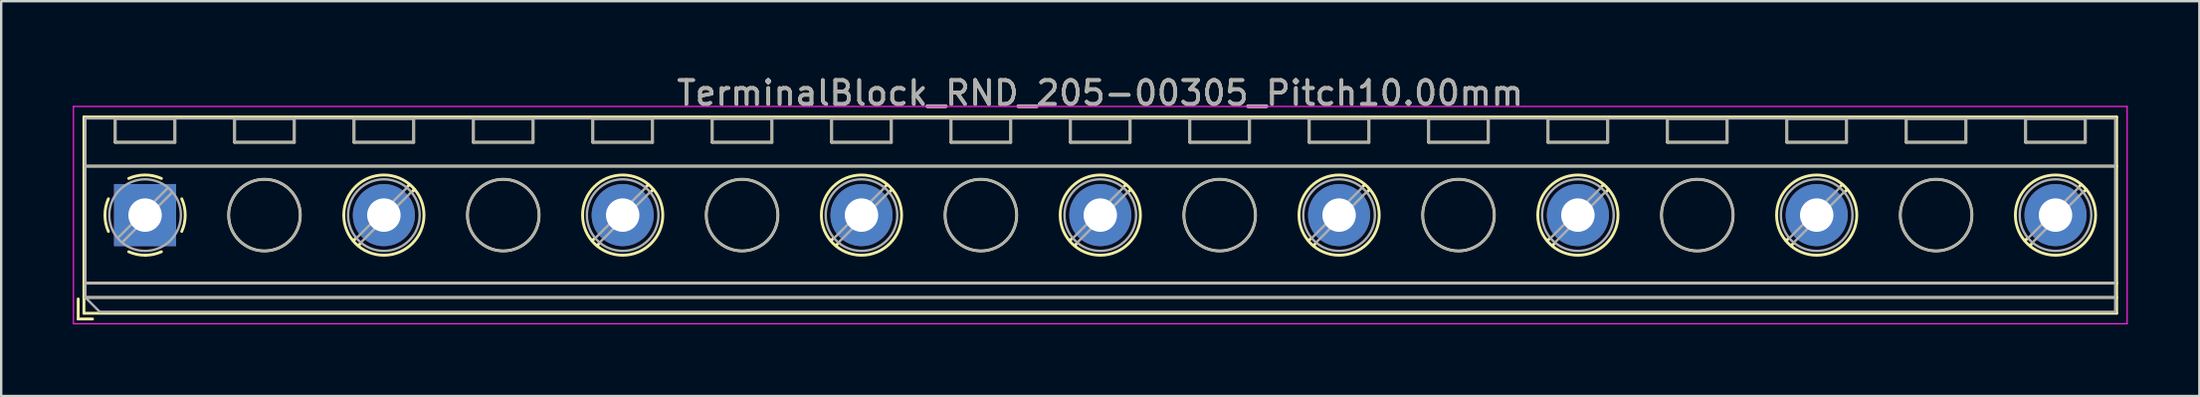
<source format=kicad_pcb>
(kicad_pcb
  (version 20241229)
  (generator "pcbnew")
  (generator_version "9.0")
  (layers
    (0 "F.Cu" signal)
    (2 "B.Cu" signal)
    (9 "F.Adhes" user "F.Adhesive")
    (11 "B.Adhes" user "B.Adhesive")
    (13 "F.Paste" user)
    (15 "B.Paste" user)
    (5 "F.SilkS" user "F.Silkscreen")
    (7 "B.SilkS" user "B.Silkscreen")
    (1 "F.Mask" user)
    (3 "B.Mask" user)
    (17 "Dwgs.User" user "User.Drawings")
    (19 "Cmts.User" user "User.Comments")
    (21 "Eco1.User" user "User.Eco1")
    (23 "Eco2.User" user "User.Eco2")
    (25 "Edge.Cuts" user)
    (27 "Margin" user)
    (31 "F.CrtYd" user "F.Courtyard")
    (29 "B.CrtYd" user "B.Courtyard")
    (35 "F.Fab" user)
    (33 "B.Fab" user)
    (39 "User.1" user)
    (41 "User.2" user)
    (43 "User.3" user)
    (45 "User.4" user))
  (footprint "TerminalBlock_RND_205-00305_Pitch10.00mm"
    (layer "F.Cu")
    (at 3.025 5.958)
    (property "Reference" "TerminalBlock_RND_205-00305_Pitch10.00mm" (at 40 -5.11 0) (layer "F.SilkS") (effects (font (size 1 1) (thickness 0.15))))
    (attr through_hole)
    (fp_line (start -2.8 3.51) (end -2.8 4.35) (stroke (width 0.12) (type solid)) (layer "F.SilkS"))
    (fp_line (start -2.8 4.35) (end -2.2 4.35) (stroke (width 0.12) (type solid)) (layer "F.SilkS"))
    (fp_line (start -2.56 -4.11) (end -2.56 4.11) (stroke (width 0.12) (type solid)) (layer "F.SilkS"))
    (fp_line (start -2.56 -2.05) (end 82.56 -2.05) (stroke (width 0.12) (type solid)) (layer "F.SilkS"))
    (fp_line (start -2.56 2.85) (end 82.56 2.85) (stroke (width 0.12) (type solid)) (layer "F.SilkS"))
    (fp_line (start -2.56 3.45) (end 82.56 3.45) (stroke (width 0.12) (type solid)) (layer "F.SilkS"))
    (fp_line (start -2.56 4.11) (end 82.56 4.11) (stroke (width 0.12) (type solid)) (layer "F.SilkS"))
    (fp_line (start -1.25 -4.05) (end -1.25 -3.05) (stroke (width 0.12) (type solid)) (layer "F.SilkS"))
    (fp_line (start -1.25 -4.05) (end 1.25 -4.05) (stroke (width 0.12) (type solid)) (layer "F.SilkS"))
    (fp_line (start -1.25 -3.05) (end 1.25 -3.05) (stroke (width 0.12) (type solid)) (layer "F.SilkS"))
    (fp_line (start 1.25 -4.05) (end 1.25 -3.05) (stroke (width 0.12) (type solid)) (layer "F.SilkS"))
    (fp_line (start 3.75 -4.05) (end 3.75 -3.05) (stroke (width 0.12) (type solid)) (layer "F.SilkS"))
    (fp_line (start 3.75 -4.05) (end 6.25 -4.05) (stroke (width 0.12) (type solid)) (layer "F.SilkS"))
    (fp_line (start 3.75 -3.05) (end 6.25 -3.05) (stroke (width 0.12) (type solid)) (layer "F.SilkS"))
    (fp_line (start 6.25 -4.05) (end 6.25 -3.05) (stroke (width 0.12) (type solid)) (layer "F.SilkS"))
    (fp_line (start 8.75 -4.05) (end 8.75 -3.05) (stroke (width 0.12) (type solid)) (layer "F.SilkS"))
    (fp_line (start 8.75 -4.05) (end 11.25 -4.05) (stroke (width 0.12) (type solid)) (layer "F.SilkS"))
    (fp_line (start 8.75 -3.05) (end 11.25 -3.05) (stroke (width 0.12) (type solid)) (layer "F.SilkS"))
    (fp_line (start 8.82 0.976) (end 8.726 1.069) (stroke (width 0.12) (type solid)) (layer "F.SilkS"))
    (fp_line (start 9.002 1.204) (end 8.931 1.274) (stroke (width 0.12) (type solid)) (layer "F.SilkS"))
    (fp_line (start 11.07 -1.275) (end 10.999 -1.204) (stroke (width 0.12) (type solid)) (layer "F.SilkS"))
    (fp_line (start 11.25 -4.05) (end 11.25 -3.05) (stroke (width 0.12) (type solid)) (layer "F.SilkS"))
    (fp_line (start 11.275 -1.069) (end 11.181 -0.976) (stroke (width 0.12) (type solid)) (layer "F.SilkS"))
    (fp_line (start 13.75 -4.05) (end 13.75 -3.05) (stroke (width 0.12) (type solid)) (layer "F.SilkS"))
    (fp_line (start 13.75 -4.05) (end 16.25 -4.05) (stroke (width 0.12) (type solid)) (layer "F.SilkS"))
    (fp_line (start 13.75 -3.05) (end 16.25 -3.05) (stroke (width 0.12) (type solid)) (layer "F.SilkS"))
    (fp_line (start 16.25 -4.05) (end 16.25 -3.05) (stroke (width 0.12) (type solid)) (layer "F.SilkS"))
    (fp_line (start 18.75 -4.05) (end 18.75 -3.05) (stroke (width 0.12) (type solid)) (layer "F.SilkS"))
    (fp_line (start 18.75 -4.05) (end 21.25 -4.05) (stroke (width 0.12) (type solid)) (layer "F.SilkS"))
    (fp_line (start 18.75 -3.05) (end 21.25 -3.05) (stroke (width 0.12) (type solid)) (layer "F.SilkS"))
    (fp_line (start 18.82 0.976) (end 18.726 1.069) (stroke (width 0.12) (type solid)) (layer "F.SilkS"))
    (fp_line (start 19.002 1.204) (end 18.931 1.274) (stroke (width 0.12) (type solid)) (layer "F.SilkS"))
    (fp_line (start 21.07 -1.275) (end 20.999 -1.204) (stroke (width 0.12) (type solid)) (layer "F.SilkS"))
    (fp_line (start 21.25 -4.05) (end 21.25 -3.05) (stroke (width 0.12) (type solid)) (layer "F.SilkS"))
    (fp_line (start 21.275 -1.069) (end 21.181 -0.976) (stroke (width 0.12) (type solid)) (layer "F.SilkS"))
    (fp_line (start 23.75 -4.05) (end 23.75 -3.05) (stroke (width 0.12) (type solid)) (layer "F.SilkS"))
    (fp_line (start 23.75 -4.05) (end 26.25 -4.05) (stroke (width 0.12) (type solid)) (layer "F.SilkS"))
    (fp_line (start 23.75 -3.05) (end 26.25 -3.05) (stroke (width 0.12) (type solid)) (layer "F.SilkS"))
    (fp_line (start 26.25 -4.05) (end 26.25 -3.05) (stroke (width 0.12) (type solid)) (layer "F.SilkS"))
    (fp_line (start 28.75 -4.05) (end 28.75 -3.05) (stroke (width 0.12) (type solid)) (layer "F.SilkS"))
    (fp_line (start 28.75 -4.05) (end 31.25 -4.05) (stroke (width 0.12) (type solid)) (layer "F.SilkS"))
    (fp_line (start 28.75 -3.05) (end 31.25 -3.05) (stroke (width 0.12) (type solid)) (layer "F.SilkS"))
    (fp_line (start 28.82 0.976) (end 28.726 1.069) (stroke (width 0.12) (type solid)) (layer "F.SilkS"))
    (fp_line (start 29.002 1.204) (end 28.931 1.274) (stroke (width 0.12) (type solid)) (layer "F.SilkS"))
    (fp_line (start 31.07 -1.275) (end 30.999 -1.204) (stroke (width 0.12) (type solid)) (layer "F.SilkS"))
    (fp_line (start 31.25 -4.05) (end 31.25 -3.05) (stroke (width 0.12) (type solid)) (layer "F.SilkS"))
    (fp_line (start 31.275 -1.069) (end 31.181 -0.976) (stroke (width 0.12) (type solid)) (layer "F.SilkS"))
    (fp_line (start 33.75 -4.05) (end 33.75 -3.05) (stroke (width 0.12) (type solid)) (layer "F.SilkS"))
    (fp_line (start 33.75 -4.05) (end 36.25 -4.05) (stroke (width 0.12) (type solid)) (layer "F.SilkS"))
    (fp_line (start 33.75 -3.05) (end 36.25 -3.05) (stroke (width 0.12) (type solid)) (layer "F.SilkS"))
    (fp_line (start 36.25 -4.05) (end 36.25 -3.05) (stroke (width 0.12) (type solid)) (layer "F.SilkS"))
    (fp_line (start 38.75 -4.05) (end 38.75 -3.05) (stroke (width 0.12) (type solid)) (layer "F.SilkS"))
    (fp_line (start 38.75 -4.05) (end 41.25 -4.05) (stroke (width 0.12) (type solid)) (layer "F.SilkS"))
    (fp_line (start 38.75 -3.05) (end 41.25 -3.05) (stroke (width 0.12) (type solid)) (layer "F.SilkS"))
    (fp_line (start 38.82 0.976) (end 38.726 1.069) (stroke (width 0.12) (type solid)) (layer "F.SilkS"))
    (fp_line (start 39.002 1.204) (end 38.931 1.274) (stroke (width 0.12) (type solid)) (layer "F.SilkS"))
    (fp_line (start 41.07 -1.275) (end 40.999 -1.204) (stroke (width 0.12) (type solid)) (layer "F.SilkS"))
    (fp_line (start 41.25 -4.05) (end 41.25 -3.05) (stroke (width 0.12) (type solid)) (layer "F.SilkS"))
    (fp_line (start 41.275 -1.069) (end 41.181 -0.976) (stroke (width 0.12) (type solid)) (layer "F.SilkS"))
    (fp_line (start 43.75 -4.05) (end 43.75 -3.05) (stroke (width 0.12) (type solid)) (layer "F.SilkS"))
    (fp_line (start 43.75 -4.05) (end 46.25 -4.05) (stroke (width 0.12) (type solid)) (layer "F.SilkS"))
    (fp_line (start 43.75 -3.05) (end 46.25 -3.05) (stroke (width 0.12) (type solid)) (layer "F.SilkS"))
    (fp_line (start 46.25 -4.05) (end 46.25 -3.05) (stroke (width 0.12) (type solid)) (layer "F.SilkS"))
    (fp_line (start 48.75 -4.05) (end 48.75 -3.05) (stroke (width 0.12) (type solid)) (layer "F.SilkS"))
    (fp_line (start 48.75 -4.05) (end 51.25 -4.05) (stroke (width 0.12) (type solid)) (layer "F.SilkS"))
    (fp_line (start 48.75 -3.05) (end 51.25 -3.05) (stroke (width 0.12) (type solid)) (layer "F.SilkS"))
    (fp_line (start 48.82 0.976) (end 48.726 1.069) (stroke (width 0.12) (type solid)) (layer "F.SilkS"))
    (fp_line (start 49.002 1.204) (end 48.931 1.274) (stroke (width 0.12) (type solid)) (layer "F.SilkS"))
    (fp_line (start 51.07 -1.275) (end 50.999 -1.204) (stroke (width 0.12) (type solid)) (layer "F.SilkS"))
    (fp_line (start 51.25 -4.05) (end 51.25 -3.05) (stroke (width 0.12) (type solid)) (layer "F.SilkS"))
    (fp_line (start 51.275 -1.069) (end 51.181 -0.976) (stroke (width 0.12) (type solid)) (layer "F.SilkS"))
    (fp_line (start 53.75 -4.05) (end 53.75 -3.05) (stroke (width 0.12) (type solid)) (layer "F.SilkS"))
    (fp_line (start 53.75 -4.05) (end 56.25 -4.05) (stroke (width 0.12) (type solid)) (layer "F.SilkS"))
    (fp_line (start 53.75 -3.05) (end 56.25 -3.05) (stroke (width 0.12) (type solid)) (layer "F.SilkS"))
    (fp_line (start 56.25 -4.05) (end 56.25 -3.05) (stroke (width 0.12) (type solid)) (layer "F.SilkS"))
    (fp_line (start 58.75 -4.05) (end 58.75 -3.05) (stroke (width 0.12) (type solid)) (layer "F.SilkS"))
    (fp_line (start 58.75 -4.05) (end 61.25 -4.05) (stroke (width 0.12) (type solid)) (layer "F.SilkS"))
    (fp_line (start 58.75 -3.05) (end 61.25 -3.05) (stroke (width 0.12) (type solid)) (layer "F.SilkS"))
    (fp_line (start 58.82 0.976) (end 58.726 1.069) (stroke (width 0.12) (type solid)) (layer "F.SilkS"))
    (fp_line (start 59.002 1.204) (end 58.931 1.274) (stroke (width 0.12) (type solid)) (layer "F.SilkS"))
    (fp_line (start 61.07 -1.275) (end 60.999 -1.204) (stroke (width 0.12) (type solid)) (layer "F.SilkS"))
    (fp_line (start 61.25 -4.05) (end 61.25 -3.05) (stroke (width 0.12) (type solid)) (layer "F.SilkS"))
    (fp_line (start 61.275 -1.069) (end 61.181 -0.976) (stroke (width 0.12) (type solid)) (layer "F.SilkS"))
    (fp_line (start 63.75 -4.05) (end 63.75 -3.05) (stroke (width 0.12) (type solid)) (layer "F.SilkS"))
    (fp_line (start 63.75 -4.05) (end 66.25 -4.05) (stroke (width 0.12) (type solid)) (layer "F.SilkS"))
    (fp_line (start 63.75 -3.05) (end 66.25 -3.05) (stroke (width 0.12) (type solid)) (layer "F.SilkS"))
    (fp_line (start 66.25 -4.05) (end 66.25 -3.05) (stroke (width 0.12) (type solid)) (layer "F.SilkS"))
    (fp_line (start 68.75 -4.05) (end 68.75 -3.05) (stroke (width 0.12) (type solid)) (layer "F.SilkS"))
    (fp_line (start 68.75 -4.05) (end 71.25 -4.05) (stroke (width 0.12) (type solid)) (layer "F.SilkS"))
    (fp_line (start 68.75 -3.05) (end 71.25 -3.05) (stroke (width 0.12) (type solid)) (layer "F.SilkS"))
    (fp_line (start 68.82 0.976) (end 68.726 1.069) (stroke (width 0.12) (type solid)) (layer "F.SilkS"))
    (fp_line (start 69.002 1.204) (end 68.931 1.274) (stroke (width 0.12) (type solid)) (layer "F.SilkS"))
    (fp_line (start 71.07 -1.275) (end 70.999 -1.204) (stroke (width 0.12) (type solid)) (layer "F.SilkS"))
    (fp_line (start 71.25 -4.05) (end 71.25 -3.05) (stroke (width 0.12) (type solid)) (layer "F.SilkS"))
    (fp_line (start 71.275 -1.069) (end 71.181 -0.976) (stroke (width 0.12) (type solid)) (layer "F.SilkS"))
    (fp_line (start 73.75 -4.05) (end 73.75 -3.05) (stroke (width 0.12) (type solid)) (layer "F.SilkS"))
    (fp_line (start 73.75 -4.05) (end 76.25 -4.05) (stroke (width 0.12) (type solid)) (layer "F.SilkS"))
    (fp_line (start 73.75 -3.05) (end 76.25 -3.05) (stroke (width 0.12) (type solid)) (layer "F.SilkS"))
    (fp_line (start 76.25 -4.05) (end 76.25 -3.05) (stroke (width 0.12) (type solid)) (layer "F.SilkS"))
    (fp_line (start 78.75 -4.05) (end 78.75 -3.05) (stroke (width 0.12) (type solid)) (layer "F.SilkS"))
    (fp_line (start 78.75 -4.05) (end 81.25 -4.05) (stroke (width 0.12) (type solid)) (layer "F.SilkS"))
    (fp_line (start 78.75 -3.05) (end 81.25 -3.05) (stroke (width 0.12) (type solid)) (layer "F.SilkS"))
    (fp_line (start 78.82 0.976) (end 78.726 1.069) (stroke (width 0.12) (type solid)) (layer "F.SilkS"))
    (fp_line (start 79.002 1.204) (end 78.931 1.274) (stroke (width 0.12) (type solid)) (layer "F.SilkS"))
    (fp_line (start 81.07 -1.275) (end 80.999 -1.204) (stroke (width 0.12) (type solid)) (layer "F.SilkS"))
    (fp_line (start 81.25 -4.05) (end 81.25 -3.05) (stroke (width 0.12) (type solid)) (layer "F.SilkS"))
    (fp_line (start 81.275 -1.069) (end 81.181 -0.976) (stroke (width 0.12) (type solid)) (layer "F.SilkS"))
    (fp_line (start 82.56 -4.11) (end -2.56 -4.11) (stroke (width 0.12) (type solid)) (layer "F.SilkS"))
    (fp_line (start 82.56 4.11) (end 82.56 -4.11) (stroke (width 0.12) (type solid)) (layer "F.SilkS"))
    (fp_arc (start -1.535427 0.683042) (mid -1.680501 -0.000524) (end -1.535 -0.684) (stroke (width 0.12) (type solid)) (layer "F.SilkS"))
    (fp_arc (start -0.683042 -1.535427) (mid 0.000524 -1.680501) (end 0.684 -1.535) (stroke (width 0.12) (type solid)) (layer "F.SilkS"))
    (fp_arc (start 0.028805 1.680253) (mid -0.335551 1.646659) (end -0.684 1.535) (stroke (width 0.12) (type solid)) (layer "F.SilkS"))
    (fp_arc (start 0.683318 1.534756) (mid 0.349292 1.643288) (end 0 1.68) (stroke (width 0.12) (type solid)) (layer "F.SilkS"))
    (fp_arc (start 1.535427 -0.683042) (mid 1.680501 0.000524) (end 1.535 0.684) (stroke (width 0.12) (type solid)) (layer "F.SilkS"))
    (fp_circle (center 5 0) (end 6.5 0) (stroke (width 0.12) (type solid)) (fill no) (layer "F.SilkS"))
    (fp_circle (center 10 0) (end 11.68 0) (stroke (width 0.12) (type solid)) (fill no) (layer "F.SilkS"))
    (fp_circle (center 15 0) (end 16.5 0) (stroke (width 0.12) (type solid)) (fill no) (layer "F.SilkS"))
    (fp_circle (center 20 0) (end 21.68 0) (stroke (width 0.12) (type solid)) (fill no) (layer "F.SilkS"))
    (fp_circle (center 25 0) (end 26.5 0) (stroke (width 0.12) (type solid)) (fill no) (layer "F.SilkS"))
    (fp_circle (center 30 0) (end 31.68 0) (stroke (width 0.12) (type solid)) (fill no) (layer "F.SilkS"))
    (fp_circle (center 35 0) (end 36.5 0) (stroke (width 0.12) (type solid)) (fill no) (layer "F.SilkS"))
    (fp_circle (center 40 0) (end 41.68 0) (stroke (width 0.12) (type solid)) (fill no) (layer "F.SilkS"))
    (fp_circle (center 45 0) (end 46.5 0) (stroke (width 0.12) (type solid)) (fill no) (layer "F.SilkS"))
    (fp_circle (center 50 0) (end 51.68 0) (stroke (width 0.12) (type solid)) (fill no) (layer "F.SilkS"))
    (fp_circle (center 55 0) (end 56.5 0) (stroke (width 0.12) (type solid)) (fill no) (layer "F.SilkS"))
    (fp_circle (center 60 0) (end 61.68 0) (stroke (width 0.12) (type solid)) (fill no) (layer "F.SilkS"))
    (fp_circle (center 65 0) (end 66.5 0) (stroke (width 0.12) (type solid)) (fill no) (layer "F.SilkS"))
    (fp_circle (center 70 0) (end 71.68 0) (stroke (width 0.12) (type solid)) (fill no) (layer "F.SilkS"))
    (fp_circle (center 75 0) (end 76.5 0) (stroke (width 0.12) (type solid)) (fill no) (layer "F.SilkS"))
    (fp_circle (center 80 0) (end 81.68 0) (stroke (width 0.12) (type solid)) (fill no) (layer "F.SilkS"))
    (fp_line (start -3 -4.55) (end -3 4.55) (stroke (width 0.05) (type solid)) (layer "F.CrtYd"))
    (fp_line (start -3 4.55) (end 83 4.55) (stroke (width 0.05) (type solid)) (layer "F.CrtYd"))
    (fp_line (start 83 -4.55) (end -3 -4.55) (stroke (width 0.05) (type solid)) (layer "F.CrtYd"))
    (fp_line (start 83 4.55) (end 83 -4.55) (stroke (width 0.05) (type solid)) (layer "F.CrtYd"))
    (fp_line (start -2.5 -4.05) (end 82.5 -4.05) (stroke (width 0.1) (type solid)) (layer "F.Fab"))
    (fp_line (start -2.5 -2.05) (end 82.5 -2.05) (stroke (width 0.1) (type solid)) (layer "F.Fab"))
    (fp_line (start -2.5 2.85) (end 82.5 2.85) (stroke (width 0.1) (type solid)) (layer "F.Fab"))
    (fp_line (start -2.5 3.45) (end -2.5 -4.05) (stroke (width 0.1) (type solid)) (layer "F.Fab"))
    (fp_line (start -2.5 3.45) (end 82.5 3.45) (stroke (width 0.1) (type solid)) (layer "F.Fab"))
    (fp_line (start -1.9 4.05) (end -2.5 3.45) (stroke (width 0.1) (type solid)) (layer "F.Fab"))
    (fp_line (start -1.25 -4.05) (end -1.25 -3.05) (stroke (width 0.1) (type solid)) (layer "F.Fab"))
    (fp_line (start -1.25 -3.05) (end 1.25 -3.05) (stroke (width 0.1) (type solid)) (layer "F.Fab"))
    (fp_line (start 0.955 -1.138) (end -1.138 0.955) (stroke (width 0.1) (type solid)) (layer "F.Fab"))
    (fp_line (start 1.138 -0.955) (end -0.955 1.138) (stroke (width 0.1) (type solid)) (layer "F.Fab"))
    (fp_line (start 1.25 -4.05) (end -1.25 -4.05) (stroke (width 0.1) (type solid)) (layer "F.Fab"))
    (fp_line (start 1.25 -3.05) (end 1.25 -4.05) (stroke (width 0.1) (type solid)) (layer "F.Fab"))
    (fp_line (start 3.75 -4.05) (end 3.75 -3.05) (stroke (width 0.1) (type solid)) (layer "F.Fab"))
    (fp_line (start 3.75 -3.05) (end 6.25 -3.05) (stroke (width 0.1) (type solid)) (layer "F.Fab"))
    (fp_line (start 6.25 -4.05) (end 3.75 -4.05) (stroke (width 0.1) (type solid)) (layer "F.Fab"))
    (fp_line (start 6.25 -3.05) (end 6.25 -4.05) (stroke (width 0.1) (type solid)) (layer "F.Fab"))
    (fp_line (start 8.75 -4.05) (end 8.75 -3.05) (stroke (width 0.1) (type solid)) (layer "F.Fab"))
    (fp_line (start 8.75 -3.05) (end 11.25 -3.05) (stroke (width 0.1) (type solid)) (layer "F.Fab"))
    (fp_line (start 10.955 -1.138) (end 8.863 0.955) (stroke (width 0.1) (type solid)) (layer "F.Fab"))
    (fp_line (start 11.138 -0.955) (end 9.046 1.138) (stroke (width 0.1) (type solid)) (layer "F.Fab"))
    (fp_line (start 11.25 -4.05) (end 8.75 -4.05) (stroke (width 0.1) (type solid)) (layer "F.Fab"))
    (fp_line (start 11.25 -3.05) (end 11.25 -4.05) (stroke (width 0.1) (type solid)) (layer "F.Fab"))
    (fp_line (start 13.75 -4.05) (end 13.75 -3.05) (stroke (width 0.1) (type solid)) (layer "F.Fab"))
    (fp_line (start 13.75 -3.05) (end 16.25 -3.05) (stroke (width 0.1) (type solid)) (layer "F.Fab"))
    (fp_line (start 16.25 -4.05) (end 13.75 -4.05) (stroke (width 0.1) (type solid)) (layer "F.Fab"))
    (fp_line (start 16.25 -3.05) (end 16.25 -4.05) (stroke (width 0.1) (type solid)) (layer "F.Fab"))
    (fp_line (start 18.75 -4.05) (end 18.75 -3.05) (stroke (width 0.1) (type solid)) (layer "F.Fab"))
    (fp_line (start 18.75 -3.05) (end 21.25 -3.05) (stroke (width 0.1) (type solid)) (layer "F.Fab"))
    (fp_line (start 20.955 -1.138) (end 18.863 0.955) (stroke (width 0.1) (type solid)) (layer "F.Fab"))
    (fp_line (start 21.138 -0.955) (end 19.046 1.138) (stroke (width 0.1) (type solid)) (layer "F.Fab"))
    (fp_line (start 21.25 -4.05) (end 18.75 -4.05) (stroke (width 0.1) (type solid)) (layer "F.Fab"))
    (fp_line (start 21.25 -3.05) (end 21.25 -4.05) (stroke (width 0.1) (type solid)) (layer "F.Fab"))
    (fp_line (start 23.75 -4.05) (end 23.75 -3.05) (stroke (width 0.1) (type solid)) (layer "F.Fab"))
    (fp_line (start 23.75 -3.05) (end 26.25 -3.05) (stroke (width 0.1) (type solid)) (layer "F.Fab"))
    (fp_line (start 26.25 -4.05) (end 23.75 -4.05) (stroke (width 0.1) (type solid)) (layer "F.Fab"))
    (fp_line (start 26.25 -3.05) (end 26.25 -4.05) (stroke (width 0.1) (type solid)) (layer "F.Fab"))
    (fp_line (start 28.75 -4.05) (end 28.75 -3.05) (stroke (width 0.1) (type solid)) (layer "F.Fab"))
    (fp_line (start 28.75 -3.05) (end 31.25 -3.05) (stroke (width 0.1) (type solid)) (layer "F.Fab"))
    (fp_line (start 30.955 -1.138) (end 28.863 0.955) (stroke (width 0.1) (type solid)) (layer "F.Fab"))
    (fp_line (start 31.138 -0.955) (end 29.046 1.138) (stroke (width 0.1) (type solid)) (layer "F.Fab"))
    (fp_line (start 31.25 -4.05) (end 28.75 -4.05) (stroke (width 0.1) (type solid)) (layer "F.Fab"))
    (fp_line (start 31.25 -3.05) (end 31.25 -4.05) (stroke (width 0.1) (type solid)) (layer "F.Fab"))
    (fp_line (start 33.75 -4.05) (end 33.75 -3.05) (stroke (width 0.1) (type solid)) (layer "F.Fab"))
    (fp_line (start 33.75 -3.05) (end 36.25 -3.05) (stroke (width 0.1) (type solid)) (layer "F.Fab"))
    (fp_line (start 36.25 -4.05) (end 33.75 -4.05) (stroke (width 0.1) (type solid)) (layer "F.Fab"))
    (fp_line (start 36.25 -3.05) (end 36.25 -4.05) (stroke (width 0.1) (type solid)) (layer "F.Fab"))
    (fp_line (start 38.75 -4.05) (end 38.75 -3.05) (stroke (width 0.1) (type solid)) (layer "F.Fab"))
    (fp_line (start 38.75 -3.05) (end 41.25 -3.05) (stroke (width 0.1) (type solid)) (layer "F.Fab"))
    (fp_line (start 40.955 -1.138) (end 38.863 0.955) (stroke (width 0.1) (type solid)) (layer "F.Fab"))
    (fp_line (start 41.138 -0.955) (end 39.046 1.138) (stroke (width 0.1) (type solid)) (layer "F.Fab"))
    (fp_line (start 41.25 -4.05) (end 38.75 -4.05) (stroke (width 0.1) (type solid)) (layer "F.Fab"))
    (fp_line (start 41.25 -3.05) (end 41.25 -4.05) (stroke (width 0.1) (type solid)) (layer "F.Fab"))
    (fp_line (start 43.75 -4.05) (end 43.75 -3.05) (stroke (width 0.1) (type solid)) (layer "F.Fab"))
    (fp_line (start 43.75 -3.05) (end 46.25 -3.05) (stroke (width 0.1) (type solid)) (layer "F.Fab"))
    (fp_line (start 46.25 -4.05) (end 43.75 -4.05) (stroke (width 0.1) (type solid)) (layer "F.Fab"))
    (fp_line (start 46.25 -3.05) (end 46.25 -4.05) (stroke (width 0.1) (type solid)) (layer "F.Fab"))
    (fp_line (start 48.75 -4.05) (end 48.75 -3.05) (stroke (width 0.1) (type solid)) (layer "F.Fab"))
    (fp_line (start 48.75 -3.05) (end 51.25 -3.05) (stroke (width 0.1) (type solid)) (layer "F.Fab"))
    (fp_line (start 50.955 -1.138) (end 48.863 0.955) (stroke (width 0.1) (type solid)) (layer "F.Fab"))
    (fp_line (start 51.138 -0.955) (end 49.046 1.138) (stroke (width 0.1) (type solid)) (layer "F.Fab"))
    (fp_line (start 51.25 -4.05) (end 48.75 -4.05) (stroke (width 0.1) (type solid)) (layer "F.Fab"))
    (fp_line (start 51.25 -3.05) (end 51.25 -4.05) (stroke (width 0.1) (type solid)) (layer "F.Fab"))
    (fp_line (start 53.75 -4.05) (end 53.75 -3.05) (stroke (width 0.1) (type solid)) (layer "F.Fab"))
    (fp_line (start 53.75 -3.05) (end 56.25 -3.05) (stroke (width 0.1) (type solid)) (layer "F.Fab"))
    (fp_line (start 56.25 -4.05) (end 53.75 -4.05) (stroke (width 0.1) (type solid)) (layer "F.Fab"))
    (fp_line (start 56.25 -3.05) (end 56.25 -4.05) (stroke (width 0.1) (type solid)) (layer "F.Fab"))
    (fp_line (start 58.75 -4.05) (end 58.75 -3.05) (stroke (width 0.1) (type solid)) (layer "F.Fab"))
    (fp_line (start 58.75 -3.05) (end 61.25 -3.05) (stroke (width 0.1) (type solid)) (layer "F.Fab"))
    (fp_line (start 60.955 -1.138) (end 58.863 0.955) (stroke (width 0.1) (type solid)) (layer "F.Fab"))
    (fp_line (start 61.138 -0.955) (end 59.046 1.138) (stroke (width 0.1) (type solid)) (layer "F.Fab"))
    (fp_line (start 61.25 -4.05) (end 58.75 -4.05) (stroke (width 0.1) (type solid)) (layer "F.Fab"))
    (fp_line (start 61.25 -3.05) (end 61.25 -4.05) (stroke (width 0.1) (type solid)) (layer "F.Fab"))
    (fp_line (start 63.75 -4.05) (end 63.75 -3.05) (stroke (width 0.1) (type solid)) (layer "F.Fab"))
    (fp_line (start 63.75 -3.05) (end 66.25 -3.05) (stroke (width 0.1) (type solid)) (layer "F.Fab"))
    (fp_line (start 66.25 -4.05) (end 63.75 -4.05) (stroke (width 0.1) (type solid)) (layer "F.Fab"))
    (fp_line (start 66.25 -3.05) (end 66.25 -4.05) (stroke (width 0.1) (type solid)) (layer "F.Fab"))
    (fp_line (start 68.75 -4.05) (end 68.75 -3.05) (stroke (width 0.1) (type solid)) (layer "F.Fab"))
    (fp_line (start 68.75 -3.05) (end 71.25 -3.05) (stroke (width 0.1) (type solid)) (layer "F.Fab"))
    (fp_line (start 70.955 -1.138) (end 68.863 0.955) (stroke (width 0.1) (type solid)) (layer "F.Fab"))
    (fp_line (start 71.138 -0.955) (end 69.046 1.138) (stroke (width 0.1) (type solid)) (layer "F.Fab"))
    (fp_line (start 71.25 -4.05) (end 68.75 -4.05) (stroke (width 0.1) (type solid)) (layer "F.Fab"))
    (fp_line (start 71.25 -3.05) (end 71.25 -4.05) (stroke (width 0.1) (type solid)) (layer "F.Fab"))
    (fp_line (start 73.75 -4.05) (end 73.75 -3.05) (stroke (width 0.1) (type solid)) (layer "F.Fab"))
    (fp_line (start 73.75 -3.05) (end 76.25 -3.05) (stroke (width 0.1) (type solid)) (layer "F.Fab"))
    (fp_line (start 76.25 -4.05) (end 73.75 -4.05) (stroke (width 0.1) (type solid)) (layer "F.Fab"))
    (fp_line (start 76.25 -3.05) (end 76.25 -4.05) (stroke (width 0.1) (type solid)) (layer "F.Fab"))
    (fp_line (start 78.75 -4.05) (end 78.75 -3.05) (stroke (width 0.1) (type solid)) (layer "F.Fab"))
    (fp_line (start 78.75 -3.05) (end 81.25 -3.05) (stroke (width 0.1) (type solid)) (layer "F.Fab"))
    (fp_line (start 80.955 -1.138) (end 78.863 0.955) (stroke (width 0.1) (type solid)) (layer "F.Fab"))
    (fp_line (start 81.138 -0.955) (end 79.046 1.138) (stroke (width 0.1) (type solid)) (layer "F.Fab"))
    (fp_line (start 81.25 -4.05) (end 78.75 -4.05) (stroke (width 0.1) (type solid)) (layer "F.Fab"))
    (fp_line (start 81.25 -3.05) (end 81.25 -4.05) (stroke (width 0.1) (type solid)) (layer "F.Fab"))
    (fp_line (start 82.5 -4.05) (end 82.5 4.05) (stroke (width 0.1) (type solid)) (layer "F.Fab"))
    (fp_line (start 82.5 4.05) (end -1.9 4.05) (stroke (width 0.1) (type solid)) (layer "F.Fab"))
    (fp_circle (center 0 0) (end 1.5 0) (stroke (width 0.1) (type solid)) (fill no) (layer "F.Fab"))
    (fp_circle (center 5 0) (end 6.5 0) (stroke (width 0.1) (type solid)) (fill no) (layer "F.Fab"))
    (fp_circle (center 10 0) (end 11.5 0) (stroke (width 0.1) (type solid)) (fill no) (layer "F.Fab"))
    (fp_circle (center 15 0) (end 16.5 0) (stroke (width 0.1) (type solid)) (fill no) (layer "F.Fab"))
    (fp_circle (center 20 0) (end 21.5 0) (stroke (width 0.1) (type solid)) (fill no) (layer "F.Fab"))
    (fp_circle (center 25 0) (end 26.5 0) (stroke (width 0.1) (type solid)) (fill no) (layer "F.Fab"))
    (fp_circle (center 30 0) (end 31.5 0) (stroke (width 0.1) (type solid)) (fill no) (layer "F.Fab"))
    (fp_circle (center 35 0) (end 36.5 0) (stroke (width 0.1) (type solid)) (fill no) (layer "F.Fab"))
    (fp_circle (center 40 0) (end 41.5 0) (stroke (width 0.1) (type solid)) (fill no) (layer "F.Fab"))
    (fp_circle (center 45 0) (end 46.5 0) (stroke (width 0.1) (type solid)) (fill no) (layer "F.Fab"))
    (fp_circle (center 50 0) (end 51.5 0) (stroke (width 0.1) (type solid)) (fill no) (layer "F.Fab"))
    (fp_circle (center 55 0) (end 56.5 0) (stroke (width 0.1) (type solid)) (fill no) (layer "F.Fab"))
    (fp_circle (center 60 0) (end 61.5 0) (stroke (width 0.1) (type solid)) (fill no) (layer "F.Fab"))
    (fp_circle (center 65 0) (end 66.5 0) (stroke (width 0.1) (type solid)) (fill no) (layer "F.Fab"))
    (fp_circle (center 70 0) (end 71.5 0) (stroke (width 0.1) (type solid)) (fill no) (layer "F.Fab"))
    (fp_circle (center 75 0) (end 76.5 0) (stroke (width 0.1) (type solid)) (fill no) (layer "F.Fab"))
    (fp_circle (center 80 0) (end 81.5 0) (stroke (width 0.1) (type solid)) (fill no) (layer "F.Fab"))
    (fp_text user "${REFERENCE}" (at 40 -5.11 0) (layer "F.Fab") (effects (font (size 1 1) (thickness 0.15))))
    (pad "1" thru_hole rect (at 0 0) (size 2.6 2.6) (drill 1.4) (layers "*.Cu" "*.Mask"))
    (pad "2" thru_hole oval (at 10 0) (size 2.6 2.6) (drill 1.4) (layers "*.Cu" "*.Mask"))
    (pad "3" thru_hole oval (at 20 0) (size 2.6 2.6) (drill 1.4) (layers "*.Cu" "*.Mask"))
    (pad "4" thru_hole oval (at 30 0) (size 2.6 2.6) (drill 1.4) (layers "*.Cu" "*.Mask"))
    (pad "5" thru_hole oval (at 40 0) (size 2.6 2.6) (drill 1.4) (layers "*.Cu" "*.Mask"))
    (pad "6" thru_hole oval (at 50 0) (size 2.6 2.6) (drill 1.4) (layers "*.Cu" "*.Mask"))
    (pad "7" thru_hole oval (at 60 0) (size 2.6 2.6) (drill 1.4) (layers "*.Cu" "*.Mask"))
    (pad "8" thru_hole oval (at 70 0) (size 2.6 2.6) (drill 1.4) (layers "*.Cu" "*.Mask"))
    (pad "9" thru_hole oval (at 80 0) (size 2.6 2.6) (drill 1.4) (layers "*.Cu" "*.Mask")))
  (gr_rect
    (start -3 -3)
    (end 89.05 13.533)
    (stroke (width 0.1) (type default))
    (fill no)
    (layer "Edge.Cuts")))
</source>
